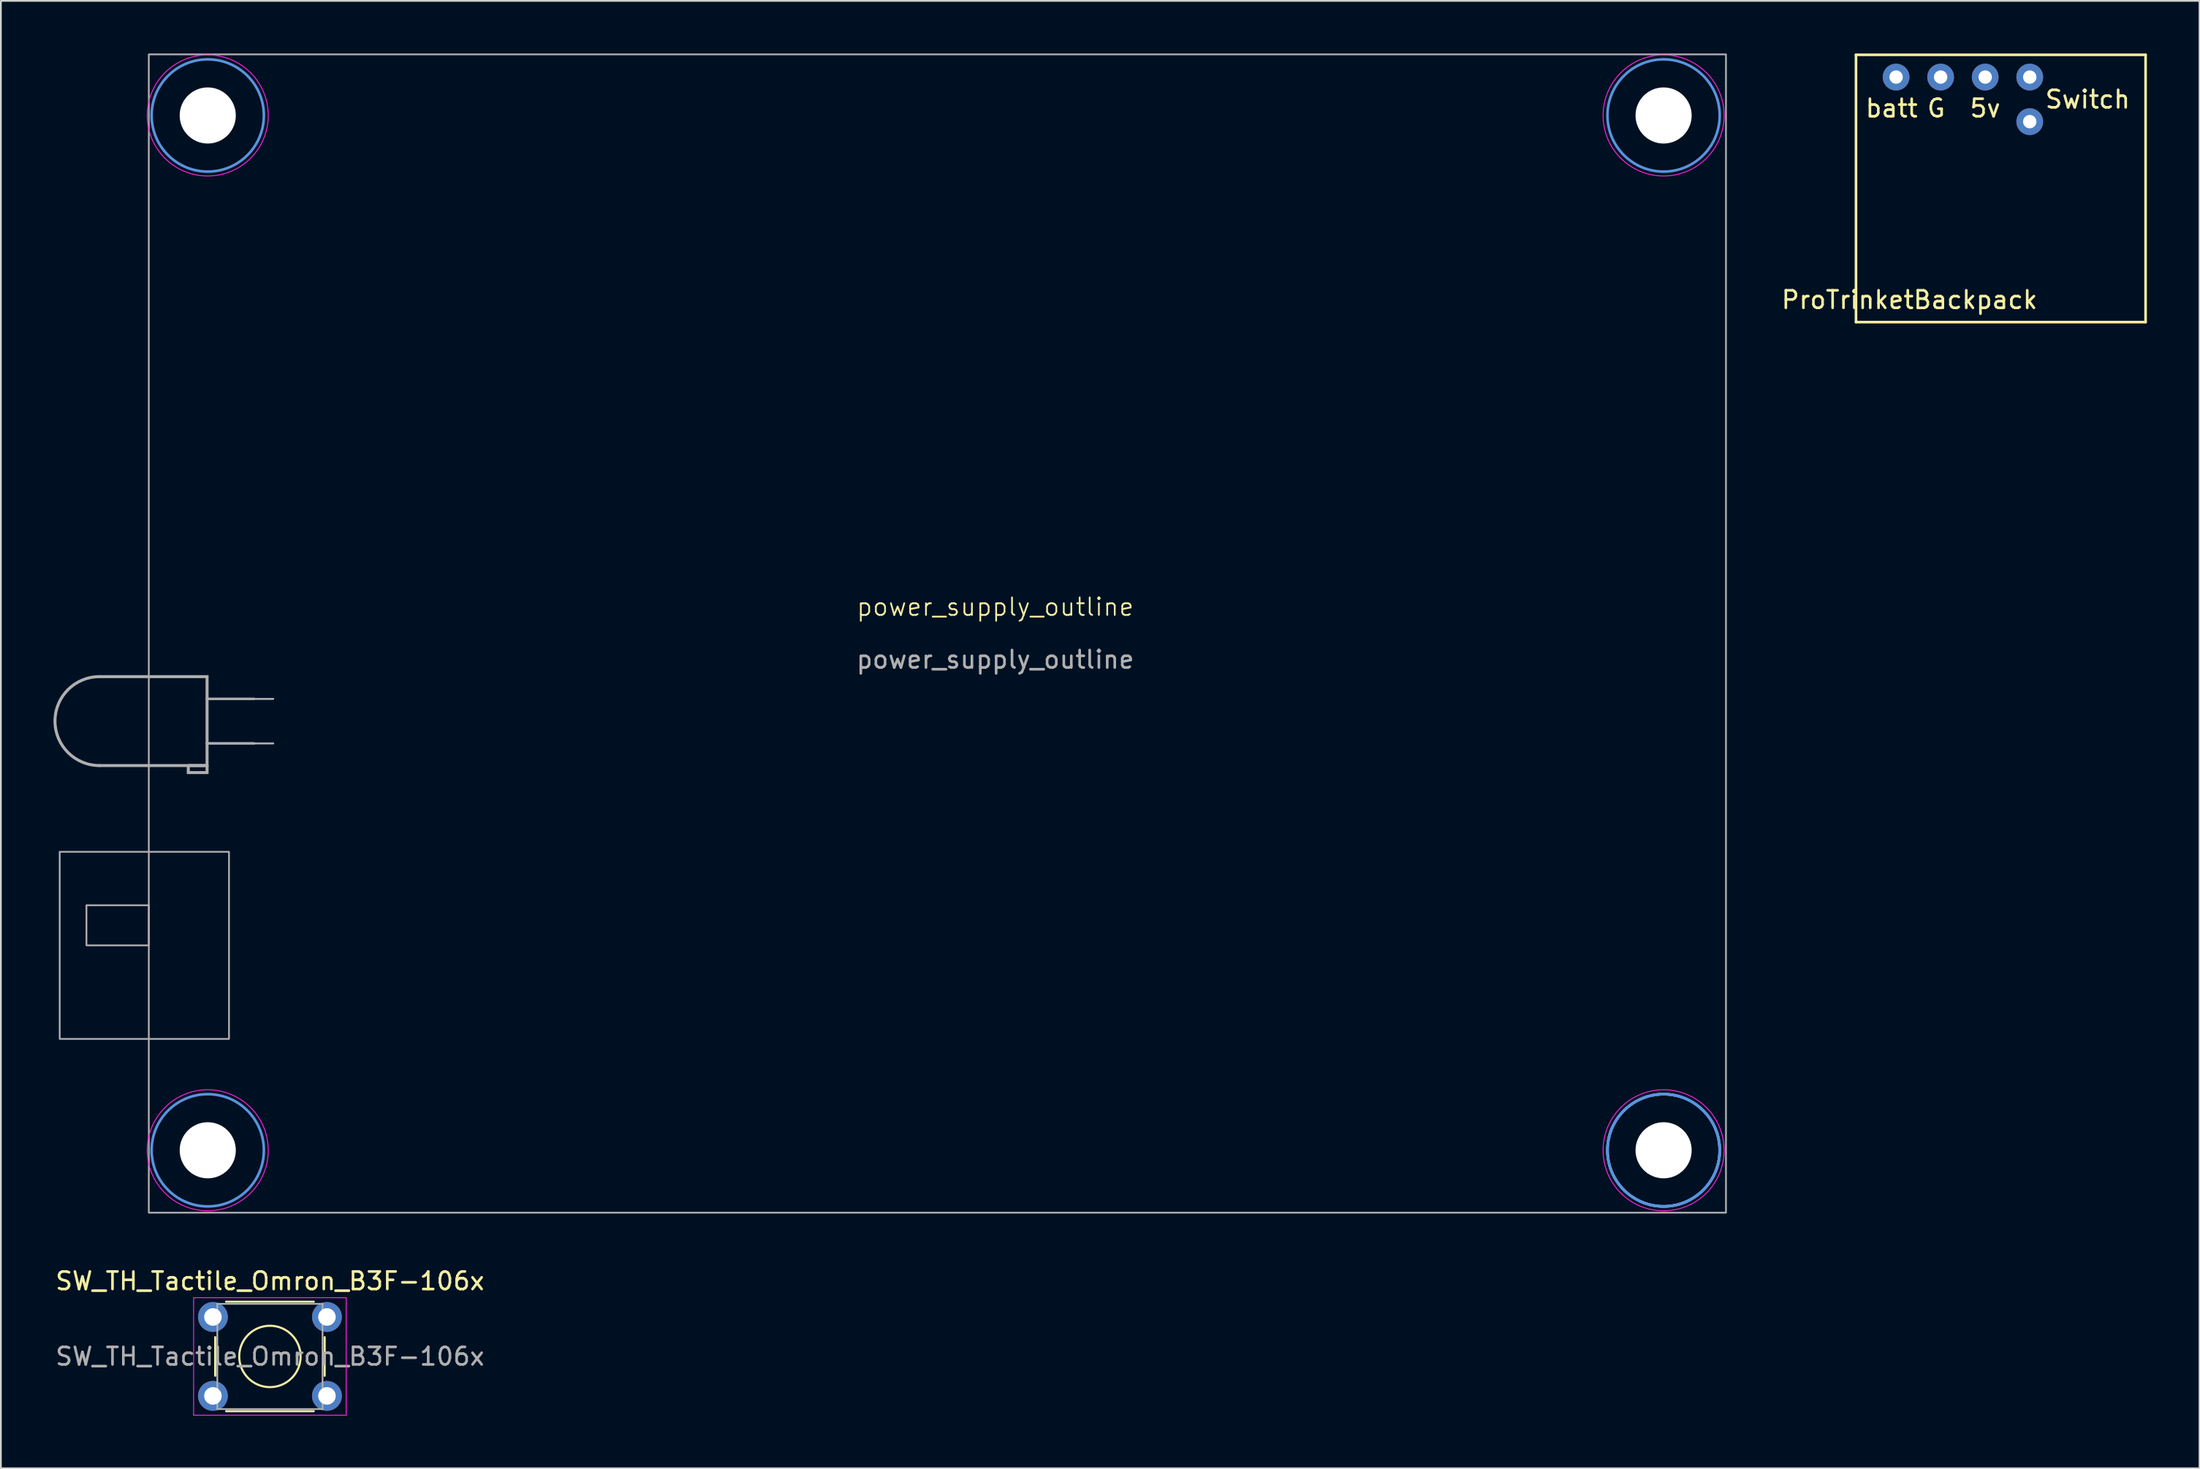
<source format=kicad_pcb>
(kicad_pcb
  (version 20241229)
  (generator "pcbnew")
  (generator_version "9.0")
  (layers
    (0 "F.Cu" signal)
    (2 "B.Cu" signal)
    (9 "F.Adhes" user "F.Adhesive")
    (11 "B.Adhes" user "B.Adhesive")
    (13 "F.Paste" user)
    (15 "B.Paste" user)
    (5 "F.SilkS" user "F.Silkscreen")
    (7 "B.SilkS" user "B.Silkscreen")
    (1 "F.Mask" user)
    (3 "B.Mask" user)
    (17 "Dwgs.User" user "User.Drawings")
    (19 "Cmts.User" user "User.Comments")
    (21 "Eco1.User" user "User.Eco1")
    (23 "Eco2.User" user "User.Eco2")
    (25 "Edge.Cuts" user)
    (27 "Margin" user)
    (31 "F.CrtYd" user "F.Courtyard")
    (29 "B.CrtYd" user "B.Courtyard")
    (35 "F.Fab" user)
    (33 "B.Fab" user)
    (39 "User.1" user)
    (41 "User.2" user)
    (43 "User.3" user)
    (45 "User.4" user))
  (footprint "SW_TH_Tactile_Omron_B3F-106x"
    (layer "F.Cu")
    (at 9.089 72.038)
    (property "Reference" "SW_TH_Tactile_Omron_B3F-106x" (at 3.25 -2.05 0) (layer "F.SilkS") (effects (font (size 1 1) (thickness 0.15))))
    (attr through_hole)
    (fp_line (start 0.13 3.35) (end 0.13 1.15) (stroke (width 0.12) (type solid)) (layer "F.SilkS"))
    (fp_line (start 0.75 -0.87) (end 5.75 -0.87) (stroke (width 0.12) (type solid)) (layer "F.SilkS"))
    (fp_line (start 0.75 5.37) (end 5.75 5.37) (stroke (width 0.12) (type solid)) (layer "F.SilkS"))
    (fp_line (start 6.37 1.15) (end 6.37 3.35) (stroke (width 0.12) (type solid)) (layer "F.SilkS"))
    (fp_circle (center 3.25 2.25) (end 5 2.25) (stroke (width 0.12) (type solid)) (fill no) (layer "F.SilkS"))
    (fp_line (start -1.1 -1.1) (end -1.1 5.6) (stroke (width 0.05) (type solid)) (layer "F.CrtYd"))
    (fp_line (start -1.1 -1.1) (end 7.6 -1.1) (stroke (width 0.05) (type solid)) (layer "F.CrtYd"))
    (fp_line (start -1.1 5.6) (end 7.6 5.6) (stroke (width 0.05) (type solid)) (layer "F.CrtYd"))
    (fp_line (start 7.6 5.6) (end 7.6 -1.1) (stroke (width 0.05) (type solid)) (layer "F.CrtYd"))
    (fp_line (start 0.25 -0.75) (end 0.25 5.25) (stroke (width 0.1) (type solid)) (layer "F.Fab"))
    (fp_line (start 0.25 -0.75) (end 6.25 -0.75) (stroke (width 0.1) (type solid)) (layer "F.Fab"))
    (fp_line (start 0.25 5.25) (end 6.25 5.25) (stroke (width 0.1) (type solid)) (layer "F.Fab"))
    (fp_line (start 6.25 -0.75) (end 6.25 5.25) (stroke (width 0.1) (type solid)) (layer "F.Fab"))
    (fp_text user "${REFERENCE}" (at 3.25 2.25 0) (layer "F.Fab") (effects (font (size 1 1) (thickness 0.15))))
    (pad "1" thru_hole circle (at 0 0) (size 1.7 1.7) (drill 1) (layers "*.Cu" "*.Mask"))
    (pad "1" thru_hole circle (at 6.5 0) (size 1.7 1.7) (drill 1) (layers "*.Cu" "*.Mask"))
    (pad "2" thru_hole circle (at 0 4.5) (size 1.7 1.7) (drill 1) (layers "*.Cu" "*.Mask"))
    (pad "2" thru_hole circle (at 6.5 4.5) (size 1.7 1.7) (drill 1) (layers "*.Cu" "*.Mask")))
  (footprint "ProTrinketBackpack"
    (layer "F.Cu")
    (at 110.891 7.695)
    (property "Reference" "ProTrinketBackpack" (at -5.08 6.35 0) (layer "F.SilkS") (effects (font (size 1 1) (thickness 0.15))))
    (attr through_hole)
    (fp_line (start -8.128 -7.62) (end -8.128 7.62) (stroke (width 0.15) (type solid)) (layer "F.SilkS"))
    (fp_line (start -8.128 -7.62) (end 8.382 -7.62) (stroke (width 0.15) (type solid)) (layer "F.SilkS"))
    (fp_line (start -8.128 7.62) (end 8.382 7.62) (stroke (width 0.15) (type solid)) (layer "F.SilkS"))
    (fp_line (start 8.382 -7.62) (end 8.382 7.62) (stroke (width 0.15) (type solid)) (layer "F.SilkS"))
    (fp_text user "Switch" (at 5.08 -5.08 0) (layer "F.SilkS") (effects (font (size 1 1) (thickness 0.15))))
    (fp_text user "5v" (at -0.762 -4.572 0) (layer "F.SilkS") (effects (font (size 1 1) (thickness 0.15))))
    (fp_text user "G" (at -3.556 -4.572 0) (layer "F.SilkS") (effects (font (size 1 1) (thickness 0.15))))
    (fp_text user "batt" (at -6.096 -4.572 0) (layer "F.SilkS") (effects (font (size 1 1) (thickness 0.15))))
    (pad "1" thru_hole circle (at -5.842 -6.35) (size 1.524 1.524) (drill 0.762) (layers "*.Cu" "*.Mask"))
    (pad "2" thru_hole circle (at -3.302 -6.35) (size 1.524 1.524) (drill 0.762) (layers "*.Cu" "*.Mask"))
    (pad "3" thru_hole circle (at -0.762 -6.35) (size 1.524 1.524) (drill 0.762) (layers "*.Cu" "*.Mask"))
    (pad "4" thru_hole circle (at 1.778 -6.35) (size 1.524 1.524) (drill 0.762) (layers "*.Cu" "*.Mask"))
    (pad "5" thru_hole circle (at 1.778 -3.81) (size 1.524 1.524) (drill 0.762) (layers "*.Cu" "*.Mask")))
  (footprint "power_supply_outline"
    (layer "F.Cu")
    (at 53.694 32.054)
    (property "Reference" "power_supply_outline" (at 0 -0.5 0) (unlocked yes) (layer "F.SilkS") (effects (font (size 1 1) (thickness 0.1))))
    (attr smd)
    (fp_circle (center -44.9 -28.52) (end -41.7 -28.52) (stroke (width 0.15) (type solid)) (fill no) (layer "Cmts.User"))
    (fp_circle (center -44.9 30.48) (end -41.7 30.48) (stroke (width 0.15) (type solid)) (fill no) (layer "Cmts.User"))
    (fp_circle (center 38.1 -28.52) (end 41.3 -28.52) (stroke (width 0.15) (type solid)) (fill no) (layer "Cmts.User"))
    (fp_circle (center 38.1 30.48) (end 41.3 30.48) (stroke (width 0.15) (type solid)) (fill no) (layer "Cmts.User"))
    (fp_circle (center 38.1 30.48) (end 41.3 30.48) (stroke (width 0.15) (type solid)) (fill no) (layer "Cmts.User"))
    (fp_circle (center 38.1 30.48) (end 41.3 30.48) (stroke (width 0.15) (type solid)) (fill no) (layer "Cmts.User"))
    (fp_circle (center 38.1 30.48) (end 41.3 30.48) (stroke (width 0.15) (type solid)) (fill no) (layer "Cmts.User"))
    (fp_circle (center -44.9 -28.52) (end -41.45 -28.52) (stroke (width 0.05) (type solid)) (fill no) (layer "F.CrtYd"))
    (fp_circle (center -44.9 30.48) (end -41.45 30.48) (stroke (width 0.05) (type solid)) (fill no) (layer "F.CrtYd"))
    (fp_circle (center 38.1 -28.52) (end 41.55 -28.52) (stroke (width 0.05) (type solid)) (fill no) (layer "F.CrtYd"))
    (fp_circle (center 38.1 30.48) (end 41.55 30.48) (stroke (width 0.05) (type solid)) (fill no) (layer "F.CrtYd"))
    (fp_line (start -46.034 8.569) (end -44.914 8.569) (stroke (width 0.12) (type solid)) (layer "F.Fab"))
    (fp_line (start -46.034 8.969) (end -46.034 8.569) (stroke (width 0.12) (type solid)) (layer "F.Fab"))
    (fp_line (start -45.974 8.509) (end -44.974 8.509) (stroke (width 0.1) (type solid)) (layer "F.Fab"))
    (fp_line (start -45.974 8.909) (end -45.974 8.509) (stroke (width 0.1) (type solid)) (layer "F.Fab"))
    (fp_line (start -44.974 3.509) (end -51.074 3.509) (stroke (width 0.1) (type solid)) (layer "F.Fab"))
    (fp_line (start -44.974 3.509) (end -44.974 8.509) (stroke (width 0.1) (type solid)) (layer "F.Fab"))
    (fp_line (start -44.974 4.739) (end -41.164 4.739) (stroke (width 0.1) (type solid)) (layer "F.Fab"))
    (fp_line (start -44.974 7.279) (end -41.164 7.279) (stroke (width 0.1) (type solid)) (layer "F.Fab"))
    (fp_line (start -44.974 8.509) (end -51.074 8.509) (stroke (width 0.1) (type solid)) (layer "F.Fab"))
    (fp_line (start -44.974 8.509) (end -44.974 8.909) (stroke (width 0.1) (type solid)) (layer "F.Fab"))
    (fp_line (start -44.974 8.909) (end -45.974 8.909) (stroke (width 0.1) (type solid)) (layer "F.Fab"))
    (fp_line (start -44.914 3.449) (end -51.074 3.449) (stroke (width 0.12) (type solid)) (layer "F.Fab"))
    (fp_line (start -44.914 3.449) (end -44.914 8.569) (stroke (width 0.12) (type solid)) (layer "F.Fab"))
    (fp_line (start -44.914 4.739) (end -42.244 4.739) (stroke (width 0.12) (type solid)) (layer "F.Fab"))
    (fp_line (start -44.914 7.279) (end -42.244 7.279) (stroke (width 0.12) (type solid)) (layer "F.Fab"))
    (fp_line (start -44.914 8.569) (end -51.074 8.569) (stroke (width 0.12) (type solid)) (layer "F.Fab"))
    (fp_line (start -44.914 8.569) (end -44.914 8.969) (stroke (width 0.12) (type solid)) (layer "F.Fab"))
    (fp_line (start -44.914 8.969) (end -46.034 8.969) (stroke (width 0.12) (type solid)) (layer "F.Fab"))
    (fp_line (start -42.244 4.739) (end -44.914 4.739) (stroke (width 0.12) (type solid)) (layer "F.Fab"))
    (fp_line (start -42.244 7.279) (end -44.914 7.279) (stroke (width 0.12) (type solid)) (layer "F.Fab"))
    (fp_line (start -41.164 4.739) (end -44.974 4.739) (stroke (width 0.1) (type solid)) (layer "F.Fab"))
    (fp_line (start -41.164 7.279) (end -44.974 7.279) (stroke (width 0.1) (type solid)) (layer "F.Fab"))
    (fp_rect (start -53.34 13.462) (end -43.688 24.13) (stroke (width 0.1) (type solid)) (fill no) (layer "F.Fab"))
    (fp_rect (start -51.816 16.51) (end -48.26 18.796) (stroke (width 0.1) (type solid)) (fill no) (layer "F.Fab"))
    (fp_rect (start -48.26 -32.004) (end 41.656 34.036) (stroke (width 0.1) (type solid)) (fill no) (layer "F.Fab"))
    (fp_arc (start -51.074 8.509) (mid -53.574 6.009) (end -51.074 3.509) (stroke (width 0.1) (type solid)) (layer "F.Fab"))
    (fp_arc (start -51.074 8.569) (mid -53.634 6.009) (end -51.074 3.449) (stroke (width 0.12) (type solid)) (layer "F.Fab"))
    (fp_text user "${REFERENCE}" (at 0 2.5 0) (unlocked yes) (layer "F.Fab") (effects (font (size 1 1) (thickness 0.15))))
    (pad "" np_thru_hole circle (at -44.9 -28.52) (size 3.2 3.2) (drill 3.2) (layers "*.Cu" "*.Mask"))
    (pad "" np_thru_hole circle (at -44.9 30.48) (size 3.2 3.2) (drill 3.2) (layers "*.Cu" "*.Mask"))
    (pad "" np_thru_hole circle (at 38.1 -28.52) (size 3.2 3.2) (drill 3.2) (layers "*.Cu" "*.Mask"))
    (pad "" np_thru_hole circle (at 38.1 30.48) (size 3.2 3.2) (drill 3.2) (layers "*.Cu" "*.Mask")))
  (gr_rect
    (start -3 -3)
    (end 122.348 80.663)
    (stroke (width 0.1) (type default))
    (fill no)
    (layer "Edge.Cuts")))
</source>
